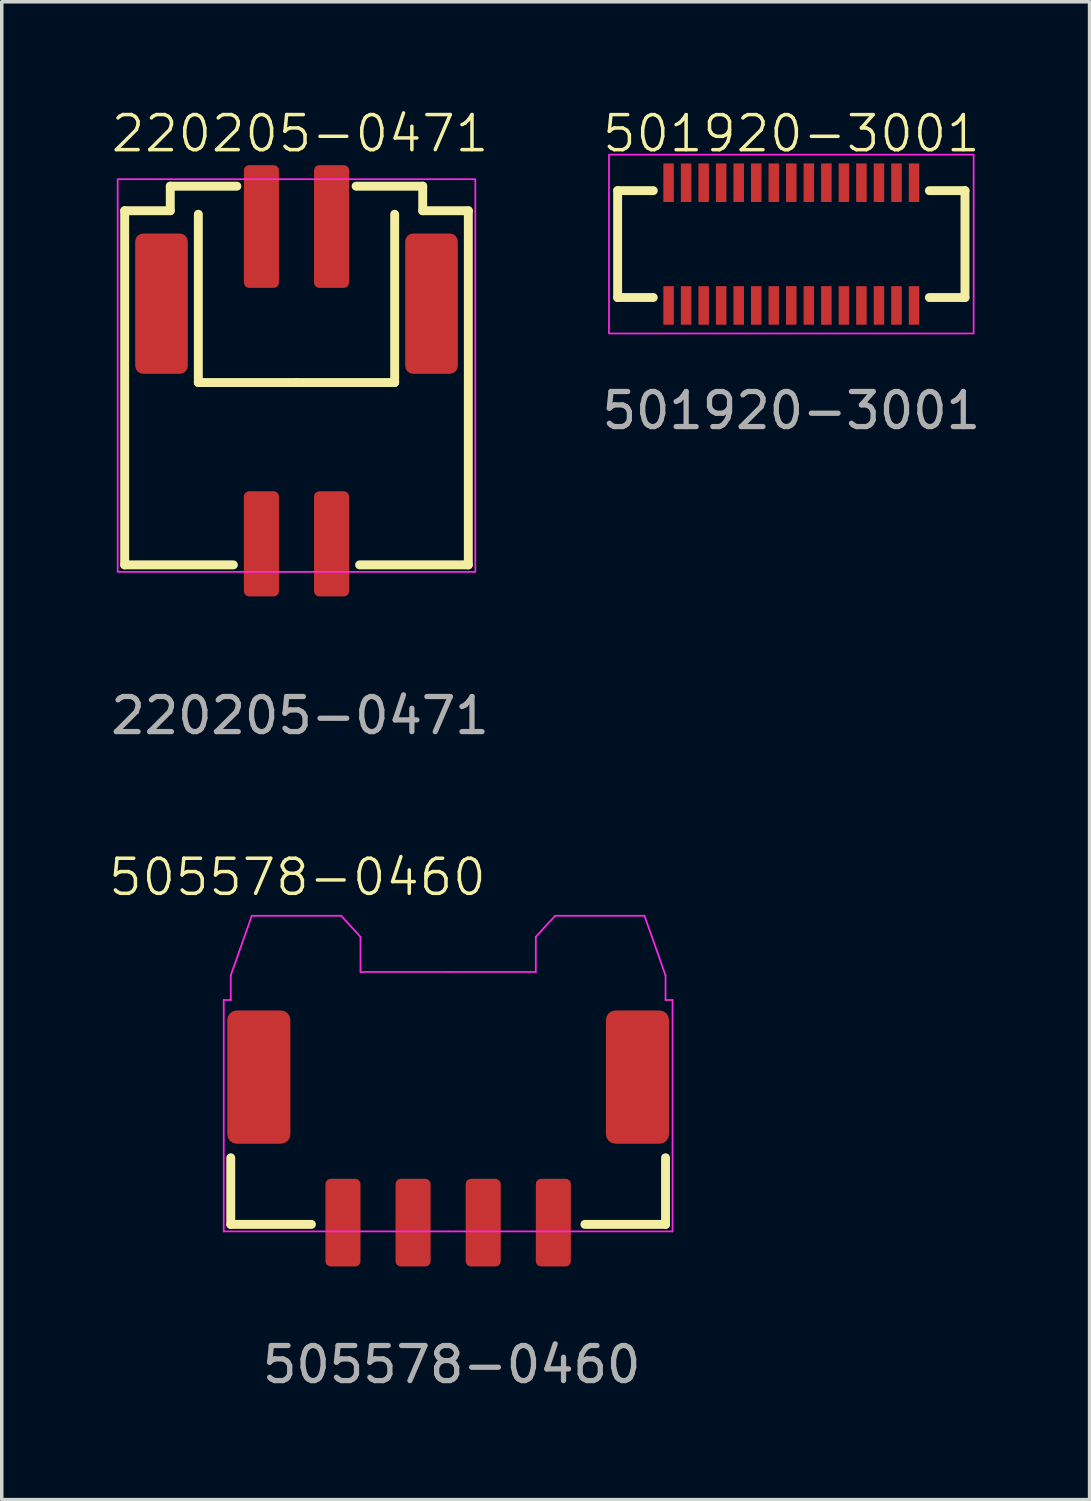
<source format=kicad_pcb>
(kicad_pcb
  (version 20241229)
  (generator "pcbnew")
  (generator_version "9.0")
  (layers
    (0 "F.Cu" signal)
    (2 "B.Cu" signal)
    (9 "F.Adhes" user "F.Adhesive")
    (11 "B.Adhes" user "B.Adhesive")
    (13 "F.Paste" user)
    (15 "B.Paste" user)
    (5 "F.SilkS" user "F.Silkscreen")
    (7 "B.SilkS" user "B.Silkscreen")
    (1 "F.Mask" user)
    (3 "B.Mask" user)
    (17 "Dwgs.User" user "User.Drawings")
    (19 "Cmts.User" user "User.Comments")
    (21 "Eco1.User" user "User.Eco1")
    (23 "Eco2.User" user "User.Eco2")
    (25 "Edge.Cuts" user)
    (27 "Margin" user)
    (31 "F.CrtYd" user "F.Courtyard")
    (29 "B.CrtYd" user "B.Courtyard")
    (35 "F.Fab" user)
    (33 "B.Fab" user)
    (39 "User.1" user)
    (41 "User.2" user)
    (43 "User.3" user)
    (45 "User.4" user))
  (footprint "505578-0460"
    (layer "F.Cu")
    (at 9.731 27.669)
    (property "Reference" "505578-0460" (at -4.3 -5.7 0) (unlocked yes) (layer "F.SilkS") (effects (font (size 1 1) (thickness 0.1))))
    (attr smd)
    (fp_line (start -6.2 4.2) (end -6.2 2.3) (stroke (width 0.254) (type solid)) (layer "F.SilkS"))
    (fp_line (start -3.9 4.2) (end -6.2 4.2) (stroke (width 0.254) (type solid)) (layer "F.SilkS"))
    (fp_line (start 3.9 4.2) (end 6.2 4.2) (stroke (width 0.254) (type solid)) (layer "F.SilkS"))
    (fp_line (start 6.2 4.2) (end 6.2 2.3) (stroke (width 0.254) (type solid)) (layer "F.SilkS"))
    (fp_line (start -6.4 -2.2) (end -6.4 4.4) (stroke (width 0.05) (type default)) (layer "F.CrtYd"))
    (fp_line (start -6.4 4.4) (end 0 4.4) (stroke (width 0.05) (type default)) (layer "F.CrtYd"))
    (fp_line (start -6.2 -2.9) (end -5.6 -4.6) (stroke (width 0.05) (type solid)) (layer "F.CrtYd"))
    (fp_line (start -6.2 -2.2) (end -6.4 -2.2) (stroke (width 0.05) (type default)) (layer "F.CrtYd"))
    (fp_line (start -6.2 -2.2) (end -6.2 -2.9) (stroke (width 0.05) (type solid)) (layer "F.CrtYd"))
    (fp_line (start -3.05 -4.6) (end -5.6 -4.6) (stroke (width 0.05) (type solid)) (layer "F.CrtYd"))
    (fp_line (start -2.5 -4) (end -3.05 -4.6) (stroke (width 0.05) (type solid)) (layer "F.CrtYd"))
    (fp_line (start -2.5 -3) (end -2.5 -4) (stroke (width 0.05) (type solid)) (layer "F.CrtYd"))
    (fp_line (start 0 -3) (end -2.5 -3) (stroke (width 0.05) (type solid)) (layer "F.CrtYd"))
    (fp_line (start 0 -3) (end 2.5 -3) (stroke (width 0.05) (type solid)) (layer "F.CrtYd"))
    (fp_line (start 2.5 -4) (end 3.05 -4.6) (stroke (width 0.05) (type solid)) (layer "F.CrtYd"))
    (fp_line (start 2.5 -3) (end 2.5 -4) (stroke (width 0.05) (type solid)) (layer "F.CrtYd"))
    (fp_line (start 3.05 -4.6) (end 5.6 -4.6) (stroke (width 0.05) (type solid)) (layer "F.CrtYd"))
    (fp_line (start 6.2 -2.9) (end 5.6 -4.6) (stroke (width 0.05) (type solid)) (layer "F.CrtYd"))
    (fp_line (start 6.2 -2.2) (end 6.2 -2.9) (stroke (width 0.05) (type solid)) (layer "F.CrtYd"))
    (fp_line (start 6.2 -2.2) (end 6.4 -2.2) (stroke (width 0.05) (type default)) (layer "F.CrtYd"))
    (fp_line (start 6.4 -2.2) (end 6.4 4.4) (stroke (width 0.05) (type default)) (layer "F.CrtYd"))
    (fp_line (start 6.4 4.4) (end 0 4.4) (stroke (width 0.05) (type default)) (layer "F.CrtYd"))
    (fp_text user "${REFERENCE}" (at 0.1 8.2 0) (unlocked yes) (layer "F.Fab") (effects (font (size 1 1) (thickness 0.15))))
    (pad "1" smd roundrect (at -3 4.15) (size 1 2.5) (layers "F.Cu" "F.Mask" "F.Paste") (roundrect_rratio 0.15))
    (pad "2" smd roundrect (at -1 4.15) (size 1 2.5) (layers "F.Cu" "F.Mask" "F.Paste") (roundrect_rratio 0.15))
    (pad "3" smd roundrect (at 1 4.15) (size 1 2.5) (layers "F.Cu" "F.Mask" "F.Paste") (roundrect_rratio 0.15))
    (pad "4" smd roundrect (at 3 4.15) (size 1 2.5) (layers "F.Cu" "F.Mask" "F.Paste") (roundrect_rratio 0.15))
    (pad "MP1" smd roundrect (at -5.4 0) (size 1.8 3.8) (layers "F.Cu" "F.Mask" "F.Paste") (roundrect_rratio 0.15))
    (pad "MP2" smd roundrect (at 5.4 0) (size 1.8 3.8) (layers "F.Cu" "F.Mask" "F.Paste") (roundrect_rratio 0.15)))
  (footprint "501920-3001"
    (layer "F.Cu")
    (at 19.518 3.861)
    (property "Reference" "501920-3001" (at 0 -3.1 0) (unlocked yes) (layer "F.SilkS") (effects (font (size 1 1) (thickness 0.1))))
    (attr smd)
    (fp_line (start -4.953 -1.474) (end -3.937 -1.474) (stroke (width 0.254) (type solid)) (layer "F.SilkS"))
    (fp_line (start -4.953 1.574) (end -4.953 -1.474) (stroke (width 0.254) (type solid)) (layer "F.SilkS"))
    (fp_line (start -4.953 1.574) (end -3.937 1.574) (stroke (width 0.254) (type solid)) (layer "F.SilkS"))
    (fp_line (start 3.937 -1.474) (end 4.953 -1.474) (stroke (width 0.254) (type solid)) (layer "F.SilkS"))
    (fp_line (start 3.937 1.574) (end 4.953 1.574) (stroke (width 0.254) (type solid)) (layer "F.SilkS"))
    (fp_line (start 4.953 1.574) (end 4.953 -1.474) (stroke (width 0.254) (type solid)) (layer "F.SilkS"))
    (fp_rect (start -5.2 -2.5) (end 5.2 2.6) (stroke (width 0.05) (type solid)) (fill no) (layer "F.CrtYd"))
    (fp_text user "${REFERENCE}" (at 0 4.8 0) (unlocked yes) (layer "F.Fab") (effects (font (size 1 1) (thickness 0.15))))
    (pad "1" smd rect (at -3.5 1.8 90) (size 1.1 0.3) (layers "F.Cu" "F.Mask" "F.Paste"))
    (pad "2" smd rect (at -3.5 -1.7 90) (size 1.1 0.3) (layers "F.Cu" "F.Mask" "F.Paste"))
    (pad "3" smd rect (at -3 1.8 90) (size 1.1 0.3) (layers "F.Cu" "F.Mask" "F.Paste"))
    (pad "4" smd rect (at -3 -1.7 90) (size 1.1 0.3) (layers "F.Cu" "F.Mask" "F.Paste"))
    (pad "5" smd rect (at -2.5 1.8 90) (size 1.1 0.3) (layers "F.Cu" "F.Mask" "F.Paste"))
    (pad "6" smd rect (at -2.5 -1.7 90) (size 1.1 0.3) (layers "F.Cu" "F.Mask" "F.Paste"))
    (pad "7" smd rect (at -2 1.8 90) (size 1.1 0.3) (layers "F.Cu" "F.Mask" "F.Paste"))
    (pad "8" smd rect (at -2 -1.7 90) (size 1.1 0.3) (layers "F.Cu" "F.Mask" "F.Paste"))
    (pad "9" smd rect (at -1.5 1.8 90) (size 1.1 0.3) (layers "F.Cu" "F.Mask" "F.Paste"))
    (pad "10" smd rect (at -1.5 -1.7 90) (size 1.1 0.3) (layers "F.Cu" "F.Mask" "F.Paste"))
    (pad "11" smd rect (at -1 1.8 90) (size 1.1 0.3) (layers "F.Cu" "F.Mask" "F.Paste"))
    (pad "12" smd rect (at -1 -1.7 90) (size 1.1 0.3) (layers "F.Cu" "F.Mask" "F.Paste"))
    (pad "13" smd rect (at -0.5 1.8 90) (size 1.1 0.3) (layers "F.Cu" "F.Mask" "F.Paste"))
    (pad "14" smd rect (at -0.5 -1.7 90) (size 1.1 0.3) (layers "F.Cu" "F.Mask" "F.Paste"))
    (pad "15" smd rect (at 0 1.8 90) (size 1.1 0.3) (layers "F.Cu" "F.Mask" "F.Paste"))
    (pad "16" smd rect (at 0 -1.7 90) (size 1.1 0.3) (layers "F.Cu" "F.Mask" "F.Paste"))
    (pad "17" smd rect (at 0.5 1.8 90) (size 1.1 0.3) (layers "F.Cu" "F.Mask" "F.Paste"))
    (pad "18" smd rect (at 0.5 -1.7 90) (size 1.1 0.3) (layers "F.Cu" "F.Mask" "F.Paste"))
    (pad "19" smd rect (at 1 1.8 90) (size 1.1 0.3) (layers "F.Cu" "F.Mask" "F.Paste"))
    (pad "20" smd rect (at 1 -1.7 90) (size 1.1 0.3) (layers "F.Cu" "F.Mask" "F.Paste"))
    (pad "21" smd rect (at 1.5 1.8 90) (size 1.1 0.3) (layers "F.Cu" "F.Mask" "F.Paste"))
    (pad "22" smd rect (at 1.5 -1.7 90) (size 1.1 0.3) (layers "F.Cu" "F.Mask" "F.Paste"))
    (pad "23" smd rect (at 2 1.8 90) (size 1.1 0.3) (layers "F.Cu" "F.Mask" "F.Paste"))
    (pad "24" smd rect (at 2 -1.7 90) (size 1.1 0.3) (layers "F.Cu" "F.Mask" "F.Paste"))
    (pad "25" smd rect (at 2.5 1.8 90) (size 1.1 0.3) (layers "F.Cu" "F.Mask" "F.Paste"))
    (pad "26" smd rect (at 2.5 -1.7 90) (size 1.1 0.3) (layers "F.Cu" "F.Mask" "F.Paste"))
    (pad "27" smd rect (at 3 1.8 90) (size 1.1 0.3) (layers "F.Cu" "F.Mask" "F.Paste"))
    (pad "28" smd rect (at 3 -1.7 90) (size 1.1 0.3) (layers "F.Cu" "F.Mask" "F.Paste"))
    (pad "29" smd rect (at 3.5 1.8 90) (size 1.1 0.3) (layers "F.Cu" "F.Mask" "F.Paste"))
    (pad "30" smd rect (at 3.5 -1.7 90) (size 1.1 0.3) (layers "F.Cu" "F.Mask" "F.Paste")))
  (footprint "220205-0471"
    (layer "F.Cu")
    (at 5.406 8.06)
    (property "Reference" "220205-0471" (at 0.1 -7.3 0) (unlocked yes) (layer "F.SilkS") (effects (font (size 1 1) (thickness 0.1))))
    (attr smd)
    (fp_line (start -4.9 -5.1) (end -4.9 5) (stroke (width 0.254) (type solid)) (layer "F.SilkS"))
    (fp_line (start -4.9 5) (end -1.8 5) (stroke (width 0.254) (type solid)) (layer "F.SilkS"))
    (fp_line (start -3.6 -5.8) (end -3.6 -5.1) (stroke (width 0.254) (type solid)) (layer "F.SilkS"))
    (fp_line (start -3.6 -5.8) (end -1.7 -5.8) (stroke (width 0.254) (type solid)) (layer "F.SilkS"))
    (fp_line (start -3.6 -5.1) (end -4.9 -5.1) (stroke (width 0.254) (type solid)) (layer "F.SilkS"))
    (fp_line (start -2.8 -5) (end -2.8 -0.2) (stroke (width 0.254) (type solid)) (layer "F.SilkS"))
    (fp_line (start -2.8 -0.2) (end 0 -0.2) (stroke (width 0.254) (type solid)) (layer "F.SilkS"))
    (fp_line (start 2.8 -5) (end 2.8 -0.2) (stroke (width 0.254) (type solid)) (layer "F.SilkS"))
    (fp_line (start 2.8 -0.2) (end 0 -0.2) (stroke (width 0.254) (type solid)) (layer "F.SilkS"))
    (fp_line (start 3.6 -5.8) (end 1.7 -5.8) (stroke (width 0.254) (type solid)) (layer "F.SilkS"))
    (fp_line (start 3.6 -5.8) (end 3.6 -5.1) (stroke (width 0.254) (type solid)) (layer "F.SilkS"))
    (fp_line (start 3.6 -5.1) (end 4.9 -5.1) (stroke (width 0.254) (type solid)) (layer "F.SilkS"))
    (fp_line (start 4.9 -5.1) (end 4.9 5) (stroke (width 0.254) (type solid)) (layer "F.SilkS"))
    (fp_line (start 4.9 5) (end 1.8 5) (stroke (width 0.254) (type solid)) (layer "F.SilkS"))
    (fp_rect (start -5.1 -6) (end 5.1 5.2) (stroke (width 0.05) (type default)) (fill no) (layer "F.CrtYd"))
    (fp_text user "${REFERENCE}" (at 0.1 9.3 0) (unlocked yes) (layer "F.Fab") (effects (font (size 1 1) (thickness 0.15))))
    (pad "1" smd roundrect (at -1 4.4) (size 1 3) (layers "F.Cu" "F.Mask" "F.Paste") (roundrect_rratio 0.15))
    (pad "2" smd roundrect (at 1 4.4) (size 1 3) (layers "F.Cu" "F.Mask" "F.Paste") (roundrect_rratio 0.15))
    (pad "3" smd roundrect (at 1 -4.65) (size 1 3.5) (layers "F.Cu" "F.Mask" "F.Paste") (roundrect_rratio 0.15))
    (pad "4" smd roundrect (at -1 -4.65) (size 1 3.5) (layers "F.Cu" "F.Mask" "F.Paste") (roundrect_rratio 0.15))
    (pad "MP1" smd roundrect (at -3.85 -2.45) (size 1.5 4) (layers "F.Cu" "F.Mask" "F.Paste") (roundrect_rratio 0.15))
    (pad "MP2" smd roundrect (at 3.85 -2.45) (size 1.5 4) (layers "F.Cu" "F.Mask" "F.Paste") (roundrect_rratio 0.15)))
  (gr_rect
    (start -3 -3)
    (end 28.024 39.718)
    (stroke (width 0.1) (type default))
    (fill no)
    (layer "Edge.Cuts")))
</source>
